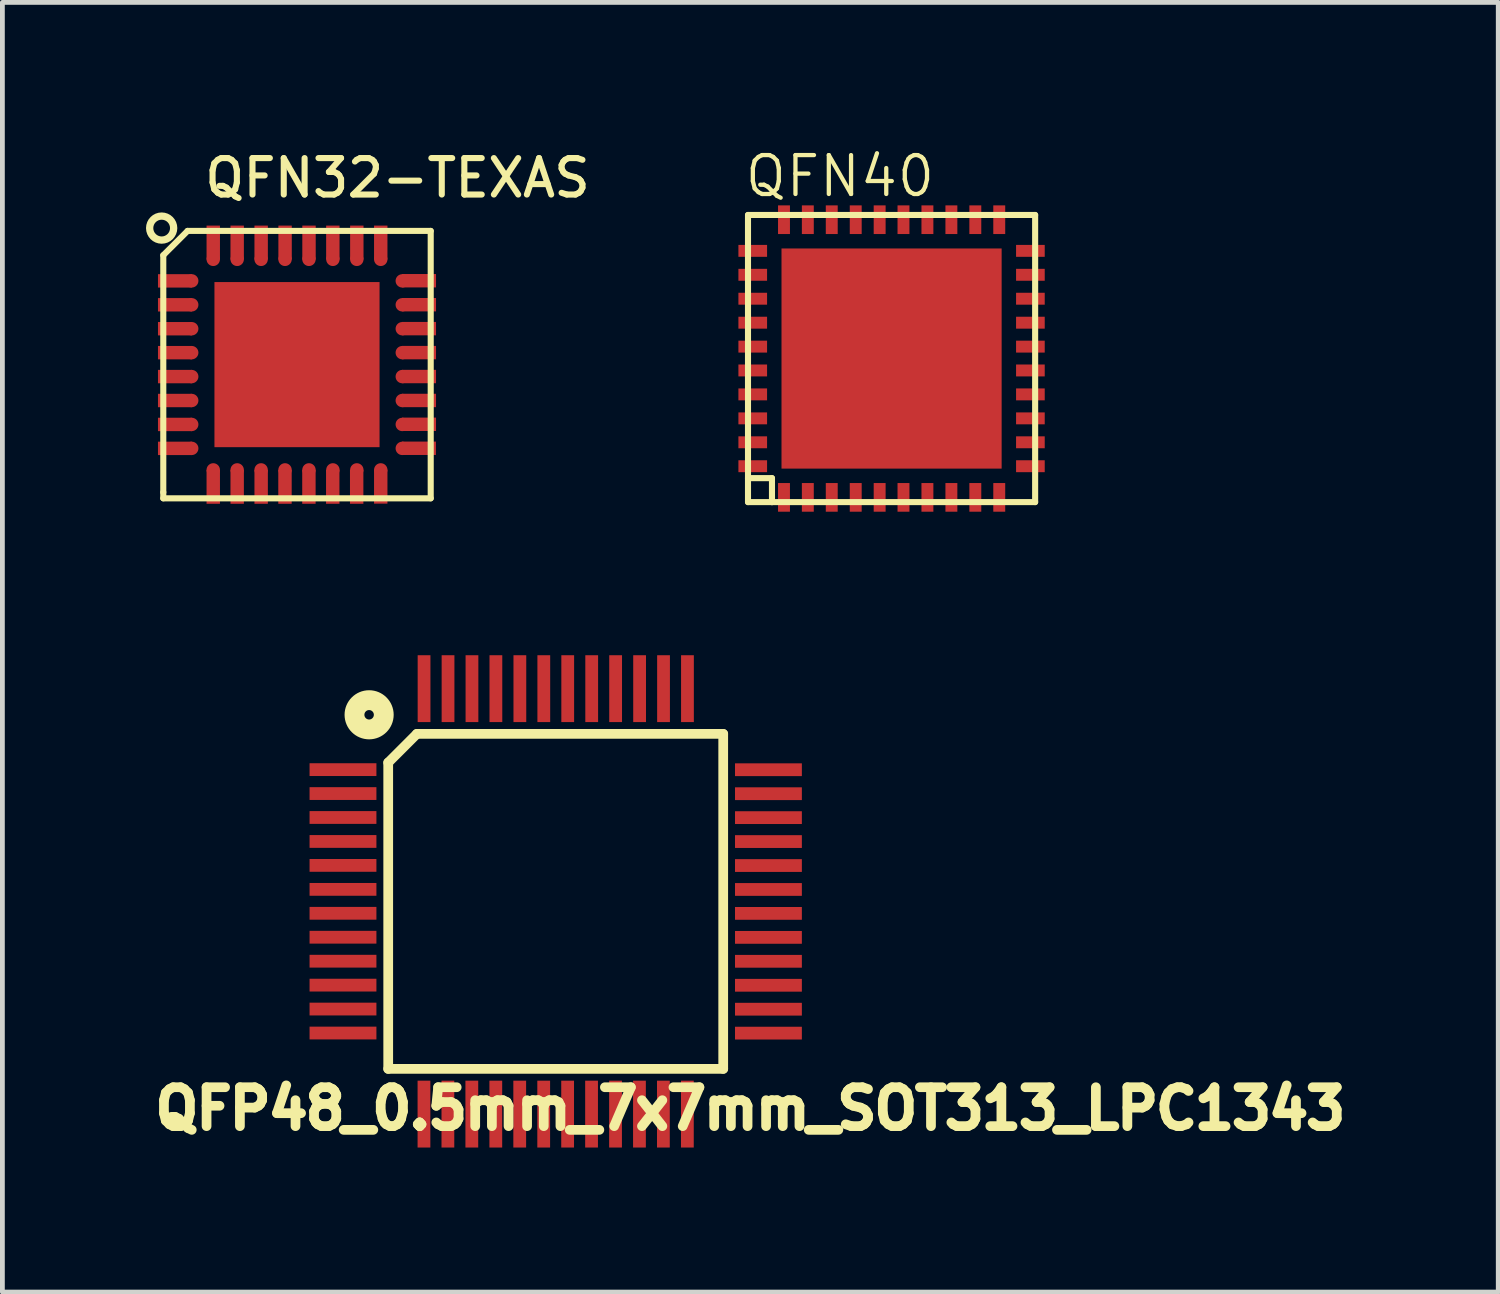
<source format=kicad_pcb>
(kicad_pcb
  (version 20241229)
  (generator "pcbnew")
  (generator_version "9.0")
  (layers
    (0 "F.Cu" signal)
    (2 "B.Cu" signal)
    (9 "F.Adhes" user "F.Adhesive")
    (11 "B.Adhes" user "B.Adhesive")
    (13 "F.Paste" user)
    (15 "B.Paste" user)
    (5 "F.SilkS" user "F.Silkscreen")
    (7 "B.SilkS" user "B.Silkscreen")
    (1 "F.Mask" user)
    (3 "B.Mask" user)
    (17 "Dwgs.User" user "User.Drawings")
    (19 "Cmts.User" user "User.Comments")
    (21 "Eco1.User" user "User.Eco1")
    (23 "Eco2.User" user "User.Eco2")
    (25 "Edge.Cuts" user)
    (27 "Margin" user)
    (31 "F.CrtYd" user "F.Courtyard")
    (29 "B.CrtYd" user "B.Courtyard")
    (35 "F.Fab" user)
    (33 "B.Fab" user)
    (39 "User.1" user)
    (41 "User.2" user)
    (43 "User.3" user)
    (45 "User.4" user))
  (footprint "QFN32-TEXAS"
    (layer "F.Cu")
    (at 3.156 4.569)
    (property "Reference" "QFN32-TEXAS" (at 2.1 -3.9 0) (layer "F.SilkS") (effects (font (size 0.762 0.762) (thickness 0.127))))
    (attr smd)
    (fp_line (start -2.794 -2.286) (end -2.286 -2.794) (stroke (width 0.127) (type solid)) (layer "F.SilkS"))
    (fp_line (start -2.794 2.667) (end -2.794 -2.286) (stroke (width 0.127) (type solid)) (layer "F.SilkS"))
    (fp_line (start -2.794 2.794) (end -2.794 2.667) (stroke (width 0.127) (type solid)) (layer "F.SilkS"))
    (fp_line (start -2.286 -2.794) (end 2.794 -2.794) (stroke (width 0.127) (type solid)) (layer "F.SilkS"))
    (fp_line (start 2.794 -2.794) (end 2.794 2.794) (stroke (width 0.127) (type solid)) (layer "F.SilkS"))
    (fp_line (start 2.794 2.794) (end -2.794 2.794) (stroke (width 0.127) (type solid)) (layer "F.SilkS"))
    (fp_circle (center -2.828 -2.853) (end -2.828 -3.104) (stroke (width 0.152) (type solid)) (fill no) (layer "F.SilkS"))
    (pad "" smd rect (at -0.875 -0.875) (size 1.45 1.45) (layers "F.Paste"))
    (pad "" smd rect (at -0.875 0.875) (size 1.45 1.45) (layers "F.Paste"))
    (pad "" smd rect (at 0.875 -0.875) (size 1.45 1.45) (layers "F.Paste"))
    (pad "" smd rect (at 0.875 0.875) (size 1.45 1.45) (layers "F.Paste"))
    (pad "1" smd rect (at -2.55 -1.75) (size 0.71 0.28) (layers "F.Cu" "F.Mask" "F.Paste"))
    (pad "1" connect circle (at -2.2 -1.75) (size 0.28 0.28) (layers "F.Cu" "F.Mask"))
    (pad "2" smd rect (at -2.55 -1.25) (size 0.71 0.28) (layers "F.Cu" "F.Mask" "F.Paste"))
    (pad "2" connect circle (at -2.2 -1.25) (size 0.28 0.28) (layers "F.Cu" "F.Mask"))
    (pad "3" smd rect (at -2.55 -0.75) (size 0.71 0.28) (layers "F.Cu" "F.Mask" "F.Paste"))
    (pad "3" connect circle (at -2.2 -0.75) (size 0.28 0.28) (layers "F.Cu" "F.Mask"))
    (pad "4" smd rect (at -2.55 -0.25) (size 0.71 0.28) (layers "F.Cu" "F.Mask" "F.Paste"))
    (pad "4" connect circle (at -2.2 -0.25) (size 0.28 0.28) (layers "F.Cu" "F.Mask"))
    (pad "5" smd rect (at -2.55 0.25) (size 0.71 0.28) (layers "F.Cu" "F.Mask" "F.Paste"))
    (pad "5" connect circle (at -2.2 0.25) (size 0.28 0.28) (layers "F.Cu" "F.Mask"))
    (pad "6" smd rect (at -2.55 0.75) (size 0.71 0.28) (layers "F.Cu" "F.Mask" "F.Paste"))
    (pad "6" connect circle (at -2.2 0.75) (size 0.28 0.28) (layers "F.Cu" "F.Mask"))
    (pad "7" smd rect (at -2.55 1.25) (size 0.71 0.28) (layers "F.Cu" "F.Mask" "F.Paste"))
    (pad "7" connect circle (at -2.2 1.25) (size 0.28 0.28) (layers "F.Cu" "F.Mask"))
    (pad "8" smd rect (at -2.55 1.75) (size 0.71 0.28) (layers "F.Cu" "F.Mask" "F.Paste"))
    (pad "8" connect circle (at -2.2 1.75) (size 0.28 0.28) (layers "F.Cu" "F.Mask"))
    (pad "9" smd rect (at -1.75 2.553 90) (size 0.71 0.28) (layers "F.Cu" "F.Mask" "F.Paste"))
    (pad "9" connect circle (at -1.75 2.2) (size 0.28 0.28) (layers "F.Cu" "F.Mask"))
    (pad "10" connect circle (at -1.25 2.2) (size 0.28 0.28) (layers "F.Cu" "F.Mask"))
    (pad "10" smd rect (at -1.25 2.553 90) (size 0.71 0.28) (layers "F.Cu" "F.Mask" "F.Paste"))
    (pad "11" connect circle (at -0.75 2.2) (size 0.28 0.28) (layers "F.Cu" "F.Mask"))
    (pad "11" smd rect (at -0.749 2.553 90) (size 0.71 0.28) (layers "F.Cu" "F.Mask" "F.Paste"))
    (pad "12" smd rect (at -0.251 2.553 90) (size 0.71 0.28) (layers "F.Cu" "F.Mask" "F.Paste"))
    (pad "12" connect circle (at -0.25 2.2) (size 0.28 0.28) (layers "F.Cu" "F.Mask"))
    (pad "13" smd rect (at 0.249 2.553 90) (size 0.71 0.28) (layers "F.Cu" "F.Mask" "F.Paste"))
    (pad "13" connect circle (at 0.25 2.2) (size 0.28 0.28) (layers "F.Cu" "F.Mask"))
    (pad "14" smd rect (at 0.747 2.553 90) (size 0.71 0.28) (layers "F.Cu" "F.Mask" "F.Paste"))
    (pad "14" connect circle (at 0.75 2.2) (size 0.28 0.28) (layers "F.Cu" "F.Mask"))
    (pad "15" smd rect (at 1.247 2.553 90) (size 0.71 0.28) (layers "F.Cu" "F.Mask" "F.Paste"))
    (pad "15" connect circle (at 1.25 2.2) (size 0.28 0.28) (layers "F.Cu" "F.Mask"))
    (pad "16" connect circle (at 1.75 2.2) (size 0.28 0.28) (layers "F.Cu" "F.Mask"))
    (pad "16" smd rect (at 1.75 2.55 90) (size 0.71 0.28) (layers "F.Cu" "F.Mask" "F.Paste"))
    (pad "17" connect circle (at 2.2 1.75) (size 0.28 0.28) (layers "F.Cu" "F.Mask"))
    (pad "17" smd rect (at 2.548 1.748) (size 0.71 0.28) (layers "F.Cu" "F.Mask" "F.Paste"))
    (pad "18" connect circle (at 2.2 1.25) (size 0.28 0.28) (layers "F.Cu" "F.Mask"))
    (pad "18" smd rect (at 2.55 1.247) (size 0.71 0.28) (layers "F.Cu" "F.Mask" "F.Paste"))
    (pad "19" connect circle (at 2.2 0.75) (size 0.28 0.28) (layers "F.Cu" "F.Mask"))
    (pad "19" smd rect (at 2.55 0.749) (size 0.71 0.28) (layers "F.Cu" "F.Mask" "F.Paste"))
    (pad "20" connect circle (at 2.2 0.25) (size 0.28 0.28) (layers "F.Cu" "F.Mask"))
    (pad "20" smd rect (at 2.55 0.249) (size 0.71 0.28) (layers "F.Cu" "F.Mask" "F.Paste"))
    (pad "21" connect circle (at 2.2 -0.25) (size 0.28 0.28) (layers "F.Cu" "F.Mask"))
    (pad "21" smd rect (at 2.55 -0.251) (size 0.71 0.28) (layers "F.Cu" "F.Mask" "F.Paste"))
    (pad "22" connect circle (at 2.2 -0.75) (size 0.28 0.28) (layers "F.Cu" "F.Mask"))
    (pad "22" smd rect (at 2.55 -0.752) (size 0.71 0.28) (layers "F.Cu" "F.Mask" "F.Paste"))
    (pad "23" connect circle (at 2.2 -1.25) (size 0.28 0.28) (layers "F.Cu" "F.Mask"))
    (pad "23" smd rect (at 2.55 -1.252) (size 0.71 0.28) (layers "F.Cu" "F.Mask" "F.Paste"))
    (pad "24" connect circle (at 2.2 -1.75) (size 0.28 0.28) (layers "F.Cu" "F.Mask"))
    (pad "24" smd rect (at 2.55 -1.753) (size 0.71 0.28) (layers "F.Cu" "F.Mask" "F.Paste"))
    (pad "25" connect circle (at 1.75 -2.2) (size 0.28 0.28) (layers "F.Cu" "F.Mask"))
    (pad "25" smd rect (at 1.75 -2.55 90) (size 0.71 0.28) (layers "F.Cu" "F.Mask" "F.Paste"))
    (pad "26" smd rect (at 1.25 -2.55 90) (size 0.71 0.28) (layers "F.Cu" "F.Mask" "F.Paste"))
    (pad "26" connect circle (at 1.25 -2.2) (size 0.28 0.28) (layers "F.Cu" "F.Mask"))
    (pad "27" smd rect (at 0.749 -2.55 90) (size 0.71 0.28) (layers "F.Cu" "F.Mask" "F.Paste"))
    (pad "27" connect circle (at 0.75 -2.2) (size 0.28 0.28) (layers "F.Cu" "F.Mask"))
    (pad "28" connect circle (at 0.25 -2.2) (size 0.28 0.28) (layers "F.Cu" "F.Mask"))
    (pad "28" smd rect (at 0.251 -2.55 90) (size 0.71 0.28) (layers "F.Cu" "F.Mask" "F.Paste"))
    (pad "29" connect circle (at -0.25 -2.2) (size 0.28 0.28) (layers "F.Cu" "F.Mask"))
    (pad "29" smd rect (at -0.249 -2.55 90) (size 0.71 0.28) (layers "F.Cu" "F.Mask" "F.Paste"))
    (pad "30" connect circle (at -0.75 -2.2) (size 0.28 0.28) (layers "F.Cu" "F.Mask"))
    (pad "30" smd rect (at -0.749 -2.55 90) (size 0.71 0.28) (layers "F.Cu" "F.Mask" "F.Paste"))
    (pad "31" connect circle (at -1.25 -2.2) (size 0.28 0.28) (layers "F.Cu" "F.Mask"))
    (pad "31" smd rect (at -1.25 -2.55 90) (size 0.71 0.28) (layers "F.Cu" "F.Mask" "F.Paste"))
    (pad "32" smd rect (at -1.75 -2.55 90) (size 0.71 0.28) (layers "F.Cu" "F.Mask" "F.Paste"))
    (pad "32" connect circle (at -1.75 -2.2) (size 0.28 0.28) (layers "F.Cu" "F.Mask"))
    (pad "33" smd rect (at 0 0) (size 3.45 3.45) (layers "F.Cu" "F.Mask")))
  (footprint "QFN40"
    (layer "F.Cu")
    (at 15.58 4.442)
    (property "Reference" "QFN40" (at -1.079 -3.81 0) (layer "F.SilkS") (effects (font (size 0.813 0.813) (thickness 0.089))))
    (attr smd)
    (fp_line (start -3 -3) (end 3 -3) (stroke (width 0.127) (type solid)) (layer "F.SilkS"))
    (fp_line (start -3 2.499) (end -3 -3) (stroke (width 0.127) (type solid)) (layer "F.SilkS"))
    (fp_line (start -3 2.499) (end -2.499 2.499) (stroke (width 0.127) (type solid)) (layer "F.SilkS"))
    (fp_line (start -3 3) (end -3 2.499) (stroke (width 0.127) (type solid)) (layer "F.SilkS"))
    (fp_line (start -2.499 2.499) (end -2.499 3) (stroke (width 0.127) (type solid)) (layer "F.SilkS"))
    (fp_line (start -2.499 3) (end -3 3) (stroke (width 0.127) (type solid)) (layer "F.SilkS"))
    (fp_line (start 3 -3) (end 3 3) (stroke (width 0.127) (type solid)) (layer "F.SilkS"))
    (fp_line (start 3 3) (end -2.499 3) (stroke (width 0.127) (type solid)) (layer "F.SilkS"))
    (pad "1" smd rect (at -2.248 2.901) (size 0.249 0.599) (layers "F.Cu" "F.Mask" "F.Paste"))
    (pad "2" smd rect (at -1.75 2.901) (size 0.249 0.599) (layers "F.Cu" "F.Mask" "F.Paste"))
    (pad "3" smd rect (at -1.25 2.901) (size 0.249 0.599) (layers "F.Cu" "F.Mask" "F.Paste"))
    (pad "4" smd rect (at -0.749 2.901) (size 0.249 0.599) (layers "F.Cu" "F.Mask" "F.Paste"))
    (pad "5" smd rect (at -0.249 2.901) (size 0.249 0.599) (layers "F.Cu" "F.Mask" "F.Paste"))
    (pad "6" smd rect (at 0.249 2.901) (size 0.249 0.599) (layers "F.Cu" "F.Mask" "F.Paste"))
    (pad "7" smd rect (at 0.749 2.901) (size 0.249 0.599) (layers "F.Cu" "F.Mask" "F.Paste"))
    (pad "8" smd rect (at 1.25 2.901) (size 0.249 0.599) (layers "F.Cu" "F.Mask" "F.Paste"))
    (pad "9" smd rect (at 1.75 2.901) (size 0.249 0.599) (layers "F.Cu" "F.Mask" "F.Paste"))
    (pad "10" smd rect (at 2.25 2.901) (size 0.249 0.599) (layers "F.Cu" "F.Mask" "F.Paste"))
    (pad "11" smd rect (at 2.901 2.25) (size 0.599 0.249) (layers "F.Cu" "F.Mask" "F.Paste"))
    (pad "12" smd rect (at 2.901 1.75) (size 0.599 0.249) (layers "F.Cu" "F.Mask" "F.Paste"))
    (pad "13" smd rect (at 2.901 1.25) (size 0.599 0.249) (layers "F.Cu" "F.Mask" "F.Paste"))
    (pad "14" smd rect (at 2.901 0.749) (size 0.599 0.249) (layers "F.Cu" "F.Mask" "F.Paste"))
    (pad "15" smd rect (at 2.901 0.249) (size 0.599 0.249) (layers "F.Cu" "F.Mask" "F.Paste"))
    (pad "16" smd rect (at 2.901 -0.249) (size 0.599 0.249) (layers "F.Cu" "F.Mask" "F.Paste"))
    (pad "17" smd rect (at 2.901 -0.749) (size 0.599 0.249) (layers "F.Cu" "F.Mask" "F.Paste"))
    (pad "18" smd rect (at 2.901 -1.25) (size 0.599 0.249) (layers "F.Cu" "F.Mask" "F.Paste"))
    (pad "19" smd rect (at 2.901 -1.75) (size 0.599 0.249) (layers "F.Cu" "F.Mask" "F.Paste"))
    (pad "20" smd rect (at 2.901 -2.25) (size 0.599 0.249) (layers "F.Cu" "F.Mask" "F.Paste"))
    (pad "21" smd rect (at 2.25 -2.901) (size 0.249 0.599) (layers "F.Cu" "F.Mask" "F.Paste"))
    (pad "22" smd rect (at 1.75 -2.901) (size 0.249 0.599) (layers "F.Cu" "F.Mask" "F.Paste"))
    (pad "23" smd rect (at 1.25 -2.901) (size 0.249 0.599) (layers "F.Cu" "F.Mask" "F.Paste"))
    (pad "24" smd rect (at 0.749 -2.901) (size 0.249 0.599) (layers "F.Cu" "F.Mask" "F.Paste"))
    (pad "25" smd rect (at 0.249 -2.901) (size 0.249 0.599) (layers "F.Cu" "F.Mask" "F.Paste"))
    (pad "26" smd rect (at -0.249 -2.901) (size 0.249 0.599) (layers "F.Cu" "F.Mask" "F.Paste"))
    (pad "27" smd rect (at -0.749 -2.901) (size 0.249 0.599) (layers "F.Cu" "F.Mask" "F.Paste"))
    (pad "28" smd rect (at -1.25 -2.901) (size 0.249 0.599) (layers "F.Cu" "F.Mask" "F.Paste"))
    (pad "29" smd rect (at -1.75 -2.901) (size 0.249 0.599) (layers "F.Cu" "F.Mask" "F.Paste"))
    (pad "30" smd rect (at -2.248 -2.901) (size 0.249 0.599) (layers "F.Cu" "F.Mask" "F.Paste"))
    (pad "31" smd rect (at -2.901 -2.25) (size 0.599 0.249) (layers "F.Cu" "F.Mask" "F.Paste"))
    (pad "32" smd rect (at -2.901 -1.75) (size 0.599 0.249) (layers "F.Cu" "F.Mask" "F.Paste"))
    (pad "33" smd rect (at -2.901 -1.25) (size 0.599 0.249) (layers "F.Cu" "F.Mask" "F.Paste"))
    (pad "34" smd rect (at -2.901 -0.749) (size 0.599 0.249) (layers "F.Cu" "F.Mask" "F.Paste"))
    (pad "35" smd rect (at -2.901 -0.249) (size 0.599 0.249) (layers "F.Cu" "F.Mask" "F.Paste"))
    (pad "36" smd rect (at -2.901 0.249) (size 0.599 0.249) (layers "F.Cu" "F.Mask" "F.Paste"))
    (pad "37" smd rect (at -2.901 0.749) (size 0.599 0.249) (layers "F.Cu" "F.Mask" "F.Paste"))
    (pad "38" smd rect (at -2.901 1.25) (size 0.599 0.249) (layers "F.Cu" "F.Mask" "F.Paste"))
    (pad "39" smd rect (at -2.901 1.75) (size 0.599 0.249) (layers "F.Cu" "F.Mask" "F.Paste"))
    (pad "40" smd rect (at -2.901 2.25) (size 0.599 0.249) (layers "F.Cu" "F.Mask" "F.Paste"))
    (pad "41" smd rect (at 0 0) (size 4.6 4.6) (layers "F.Cu" "F.Mask" "F.Paste")))
  (footprint "QFP48_0.5mm_7x7mm_SOT313_LPC1343"
    (layer "F.Cu")
    (at 8.562 15.785)
    (property "Reference" "QFP48_0.5mm_7x7mm_SOT313_LPC1343" (at 4.067 4.331 0) (layer "F.SilkS") (effects (font (size 0.813 0.813) (thickness 0.203))))
    (attr smd)
    (fp_line (start -3.5 3.5) (end -3.5 -2.901) (stroke (width 0.203) (type solid)) (layer "F.SilkS"))
    (fp_line (start -2.901 -3.5) (end -3.5 -2.901) (stroke (width 0.203) (type solid)) (layer "F.SilkS"))
    (fp_line (start -2.901 -3.5) (end 3.5 -3.5) (stroke (width 0.203) (type solid)) (layer "F.SilkS"))
    (fp_line (start 3.5 -3.5) (end 3.5 3.5) (stroke (width 0.203) (type solid)) (layer "F.SilkS"))
    (fp_line (start 3.5 3.5) (end -3.5 3.5) (stroke (width 0.203) (type solid)) (layer "F.SilkS"))
    (fp_circle (center -3.899 -3.899) (end -4.1 -4.1) (stroke (width 0.203) (type solid)) (fill no) (layer "F.SilkS"))
    (fp_circle (center -3.899 -3.899) (end -3.8 -3.899) (stroke (width 0.203) (type solid)) (fill no) (layer "F.SilkS"))
    (fp_circle (center -3.899 -3.899) (end -3.5 -4) (stroke (width 0.203) (type solid)) (fill no) (layer "F.SilkS"))
    (pad "1" smd rect (at -4.445 -2.753 90) (size 0.267 1.397) (layers "F.Cu" "F.Mask" "F.Paste"))
    (pad "2" smd rect (at -4.445 -2.253 90) (size 0.267 1.397) (layers "F.Cu" "F.Mask" "F.Paste"))
    (pad "3" smd rect (at -4.445 -1.753 90) (size 0.267 1.397) (layers "F.Cu" "F.Mask" "F.Paste"))
    (pad "4" smd rect (at -4.445 -1.252 90) (size 0.267 1.397) (layers "F.Cu" "F.Mask" "F.Paste"))
    (pad "5" smd rect (at -4.445 -0.752 90) (size 0.267 1.397) (layers "F.Cu" "F.Mask" "F.Paste"))
    (pad "6" smd rect (at -4.445 -0.251 90) (size 0.267 1.397) (layers "F.Cu" "F.Mask" "F.Paste"))
    (pad "7" smd rect (at -4.445 0.249 90) (size 0.267 1.397) (layers "F.Cu" "F.Mask" "F.Paste"))
    (pad "8" smd rect (at -4.445 0.749 90) (size 0.267 1.397) (layers "F.Cu" "F.Mask" "F.Paste"))
    (pad "9" smd rect (at -4.445 1.25 90) (size 0.267 1.397) (layers "F.Cu" "F.Mask" "F.Paste"))
    (pad "10" smd rect (at -4.445 1.75 90) (size 0.267 1.397) (layers "F.Cu" "F.Mask" "F.Paste"))
    (pad "11" smd rect (at -4.445 2.25 90) (size 0.267 1.397) (layers "F.Cu" "F.Mask" "F.Paste"))
    (pad "12" smd rect (at -4.445 2.751 90) (size 0.267 1.397) (layers "F.Cu" "F.Mask" "F.Paste"))
    (pad "13" smd rect (at -2.753 4.445) (size 0.267 1.397) (layers "F.Cu" "F.Mask" "F.Paste"))
    (pad "14" smd rect (at -2.253 4.445) (size 0.267 1.397) (layers "F.Cu" "F.Mask" "F.Paste"))
    (pad "15" smd rect (at -1.753 4.445) (size 0.267 1.397) (layers "F.Cu" "F.Mask" "F.Paste"))
    (pad "16" smd rect (at -1.252 4.445) (size 0.267 1.397) (layers "F.Cu" "F.Mask" "F.Paste"))
    (pad "17" smd rect (at -0.752 4.445) (size 0.267 1.397) (layers "F.Cu" "F.Mask" "F.Paste"))
    (pad "18" smd rect (at -0.251 4.445) (size 0.267 1.397) (layers "F.Cu" "F.Mask" "F.Paste"))
    (pad "19" smd rect (at 0.249 4.445) (size 0.267 1.397) (layers "F.Cu" "F.Mask" "F.Paste"))
    (pad "20" smd rect (at 0.749 4.445) (size 0.267 1.397) (layers "F.Cu" "F.Mask" "F.Paste"))
    (pad "21" smd rect (at 1.25 4.445) (size 0.267 1.397) (layers "F.Cu" "F.Mask" "F.Paste"))
    (pad "22" smd rect (at 1.75 4.445) (size 0.267 1.397) (layers "F.Cu" "F.Mask" "F.Paste"))
    (pad "23" smd rect (at 2.25 4.445) (size 0.267 1.397) (layers "F.Cu" "F.Mask" "F.Paste"))
    (pad "24" smd rect (at 2.751 4.445) (size 0.267 1.397) (layers "F.Cu" "F.Mask" "F.Paste"))
    (pad "25" smd rect (at 4.445 2.753 270) (size 0.267 1.397) (layers "F.Cu" "F.Mask" "F.Paste"))
    (pad "26" smd rect (at 4.445 2.253 270) (size 0.267 1.397) (layers "F.Cu" "F.Mask" "F.Paste"))
    (pad "27" smd rect (at 4.445 1.753 270) (size 0.267 1.397) (layers "F.Cu" "F.Mask" "F.Paste"))
    (pad "28" smd rect (at 4.445 1.252 270) (size 0.267 1.397) (layers "F.Cu" "F.Mask" "F.Paste"))
    (pad "29" smd rect (at 4.445 0.752 270) (size 0.267 1.397) (layers "F.Cu" "F.Mask" "F.Paste"))
    (pad "30" smd rect (at 4.445 0.251 270) (size 0.267 1.397) (layers "F.Cu" "F.Mask" "F.Paste"))
    (pad "31" smd rect (at 4.445 -0.249 270) (size 0.267 1.397) (layers "F.Cu" "F.Mask" "F.Paste"))
    (pad "32" smd rect (at 4.445 -0.749 270) (size 0.267 1.397) (layers "F.Cu" "F.Mask" "F.Paste"))
    (pad "33" smd rect (at 4.445 -1.25 270) (size 0.267 1.397) (layers "F.Cu" "F.Mask" "F.Paste"))
    (pad "34" smd rect (at 4.445 -1.75 270) (size 0.267 1.397) (layers "F.Cu" "F.Mask" "F.Paste"))
    (pad "35" smd rect (at 4.445 -2.25 270) (size 0.267 1.397) (layers "F.Cu" "F.Mask" "F.Paste"))
    (pad "36" smd rect (at 4.445 -2.751 270) (size 0.267 1.397) (layers "F.Cu" "F.Mask" "F.Paste"))
    (pad "37" smd rect (at 2.753 -4.445) (size 0.267 1.397) (layers "F.Cu" "F.Mask" "F.Paste"))
    (pad "38" smd rect (at 2.253 -4.445) (size 0.267 1.397) (layers "F.Cu" "F.Mask" "F.Paste"))
    (pad "39" smd rect (at 1.753 -4.445) (size 0.267 1.397) (layers "F.Cu" "F.Mask" "F.Paste"))
    (pad "40" smd rect (at 1.252 -4.445) (size 0.267 1.397) (layers "F.Cu" "F.Mask" "F.Paste"))
    (pad "41" smd rect (at 0.752 -4.445) (size 0.267 1.397) (layers "F.Cu" "F.Mask" "F.Paste"))
    (pad "42" smd rect (at 0.251 -4.445) (size 0.267 1.397) (layers "F.Cu" "F.Mask" "F.Paste"))
    (pad "43" smd rect (at -0.249 -4.445) (size 0.267 1.397) (layers "F.Cu" "F.Mask" "F.Paste"))
    (pad "44" smd rect (at -0.749 -4.445) (size 0.267 1.397) (layers "F.Cu" "F.Mask" "F.Paste"))
    (pad "45" smd rect (at -1.25 -4.445) (size 0.267 1.397) (layers "F.Cu" "F.Mask" "F.Paste"))
    (pad "46" smd rect (at -1.75 -4.445) (size 0.267 1.397) (layers "F.Cu" "F.Mask" "F.Paste"))
    (pad "47" smd rect (at -2.25 -4.445) (size 0.267 1.397) (layers "F.Cu" "F.Mask" "F.Paste"))
    (pad "48" smd rect (at -2.751 -4.445) (size 0.267 1.397) (layers "F.Cu" "F.Mask" "F.Paste")))
  (gr_rect
    (start -3 -3)
    (end 28.257 23.948)
    (stroke (width 0.1) (type default))
    (fill no)
    (layer "Edge.Cuts")))
</source>
